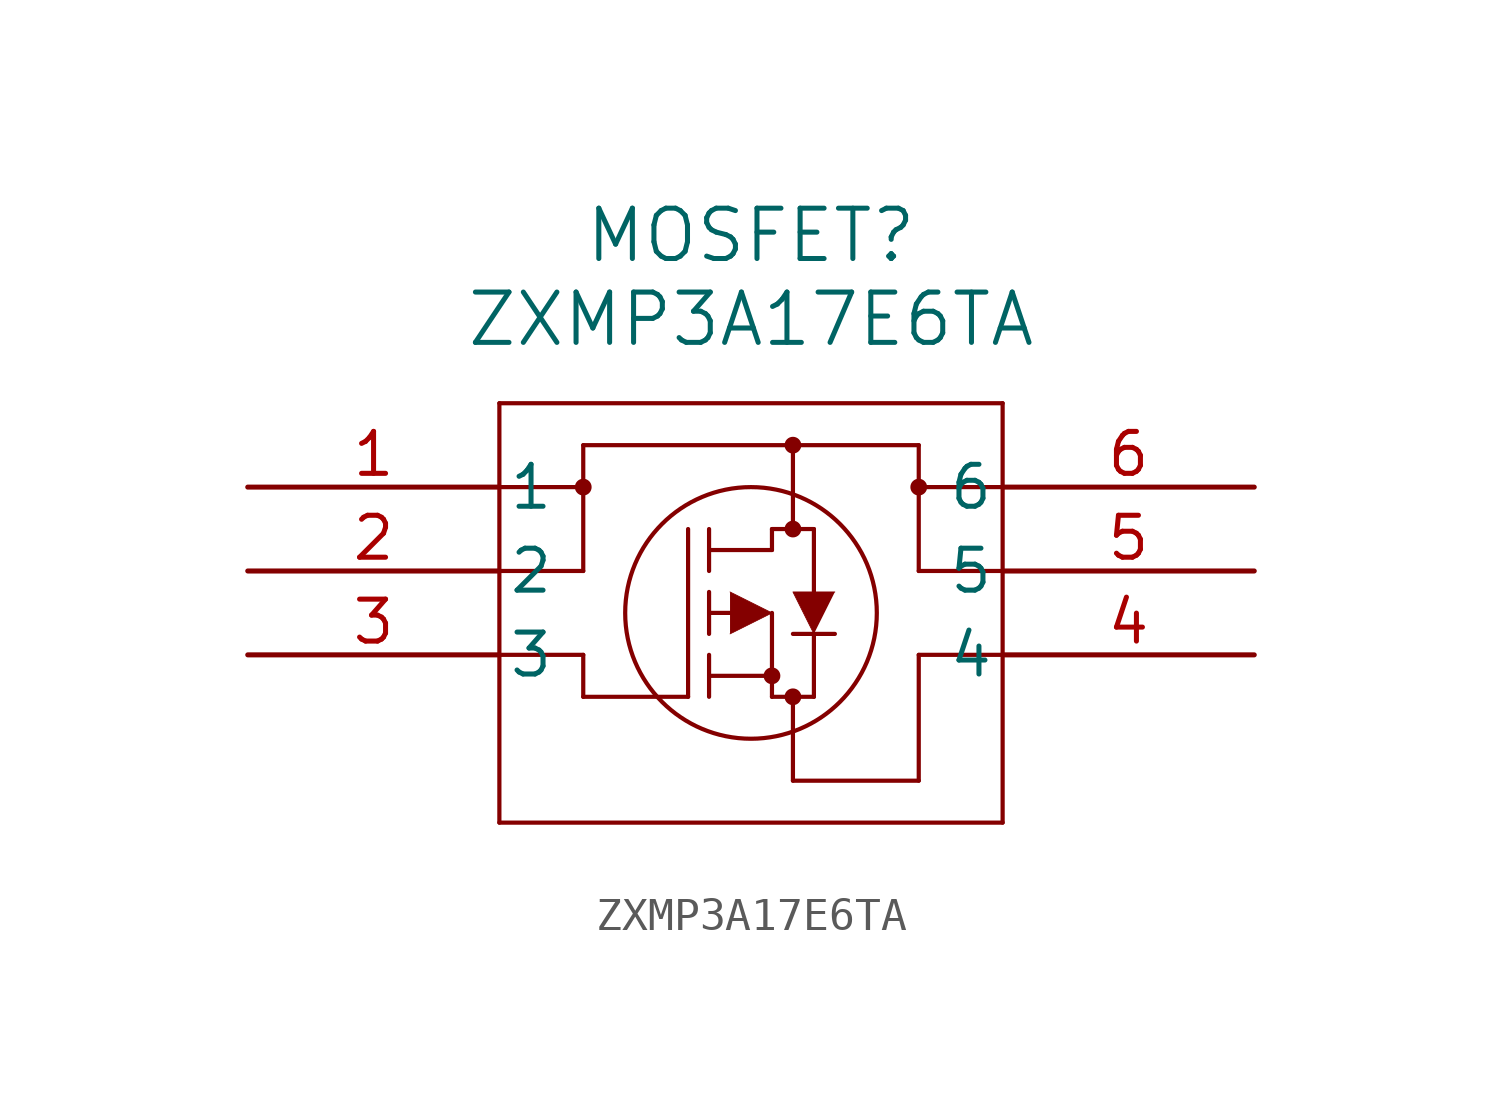
<source format=kicad_sym>
(kicad_symbol_lib
  (version 20220914)
  (generator kicad_symbol_editor)
  (symbol "ZXMP3A17E6TA"
    (pin_names
      (offset 0.254))
    (property "Reference" "MOSFET"
      (at 15.24 7.62 0)
      (effects (font (size 1.524 1.524))))
    (property "Value" "ZXMP3A17E6TA"
      (at 15.24 5.08 0)
      (effects (font (size 1.524 1.524))))
    (property "ki_locked" ""
      (at 0 0 0)
      (effects (font (size 1.27 1.27))))
    (symbol "ZXMP3A17E6TA_0_1"
      (polyline (pts (xy 7.62 -10.16) (xy 22.86 -10.16)) (stroke (width 0.127) (type default)) (fill (type none)))
      (polyline (pts (xy 7.62 -2.54) (xy 10.16 -2.54)) (stroke (width 0.127) (type default)) (fill (type none)))
      (polyline (pts (xy 7.62 0) (xy 10.16 0)) (stroke (width 0.127) (type default)) (fill (type none)))
      (polyline (pts (xy 7.62 2.54) (xy 7.62 -10.16)) (stroke (width 0.127) (type default)) (fill (type none)))
      (polyline (pts (xy 10.16 -6.35) (xy 10.16 -5.08)) (stroke (width 0.127) (type default)) (fill (type none)))
      (polyline (pts (xy 10.16 -5.08) (xy 7.62 -5.08)) (stroke (width 0.127) (type default)) (fill (type none)))
      (polyline (pts (xy 10.16 1.27) (xy 10.16 -2.54)) (stroke (width 0.127) (type default)) (fill (type none)))
      (polyline (pts (xy 13.335 -6.35) (xy 10.16 -6.35)) (stroke (width 0.127) (type default)) (fill (type none)))
      (polyline (pts (xy 13.335 -6.35) (xy 13.335 -1.27)) (stroke (width 0.127) (type default)) (fill (type none)))
      (polyline (pts (xy 13.97 -6.35) (xy 13.97 -5.08)) (stroke (width 0.127) (type default)) (fill (type none)))
      (polyline (pts (xy 13.97 -5.715) (xy 15.875 -5.715)) (stroke (width 0.127) (type default)) (fill (type none)))
      (polyline (pts (xy 13.97 -4.445) (xy 13.97 -3.175)) (stroke (width 0.127) (type default)) (fill (type none)))
      (polyline (pts (xy 13.97 -2.54) (xy 13.97 -1.27)) (stroke (width 0.127) (type default)) (fill (type none)))
      (polyline (pts (xy 13.97 -1.905) (xy 15.875 -1.905)) (stroke (width 0.127) (type default)) (fill (type none)))
      (polyline (pts (xy 15.24 -3.81) (xy 13.97 -3.81)) (stroke (width 0.127) (type default)) (fill (type none)))
      (polyline (pts (xy 15.875 -6.35) (xy 15.875 -3.81)) (stroke (width 0.127) (type default)) (fill (type none)))
      (polyline (pts (xy 15.875 -6.35) (xy 17.145 -6.35)) (stroke (width 0.127) (type default)) (fill (type none)))
      (polyline (pts (xy 15.875 -1.905) (xy 15.875 -1.27)) (stroke (width 0.127) (type default)) (fill (type none)))
      (polyline (pts (xy 15.875 -1.27) (xy 17.145 -1.27)) (stroke (width 0.127) (type default)) (fill (type none)))
      (polyline (pts (xy 16.51 -8.89) (xy 16.51 -6.35)) (stroke (width 0.127) (type default)) (fill (type none)))
      (polyline (pts (xy 16.51 1.27) (xy 16.51 -1.27)) (stroke (width 0.127) (type default)) (fill (type none)))
      (polyline (pts (xy 17.145 -6.35) (xy 17.145 -4.445)) (stroke (width 0.127) (type default)) (fill (type none)))
      (polyline (pts (xy 17.145 -3.175) (xy 17.145 -1.27)) (stroke (width 0.127) (type default)) (fill (type none)))
      (polyline (pts (xy 17.78 -4.445) (xy 16.51 -4.445)) (stroke (width 0.127) (type default)) (fill (type none)))
      (polyline (pts (xy 20.32 -8.89) (xy 16.51 -8.89)) (stroke (width 0.127) (type default)) (fill (type none)))
      (polyline (pts (xy 20.32 -5.08) (xy 20.32 -8.89)) (stroke (width 0.127) (type default)) (fill (type none)))
      (polyline (pts (xy 20.32 -2.54) (xy 20.32 1.27)) (stroke (width 0.127) (type default)) (fill (type none)))
      (polyline (pts (xy 20.32 1.27) (xy 10.16 1.27)) (stroke (width 0.127) (type default)) (fill (type none)))
      (polyline (pts (xy 22.86 -10.16) (xy 22.86 2.54)) (stroke (width 0.127) (type default)) (fill (type none)))
      (polyline (pts (xy 22.86 -5.08) (xy 20.32 -5.08)) (stroke (width 0.127) (type default)) (fill (type none)))
      (polyline (pts (xy 22.86 -2.54) (xy 20.32 -2.54)) (stroke (width 0.127) (type default)) (fill (type none)))
      (polyline (pts (xy 22.86 0) (xy 20.32 0)) (stroke (width 0.127) (type default)) (fill (type none)))
      (polyline (pts (xy 22.86 2.54) (xy 7.62 2.54)) (stroke (width 0.127) (type default)) (fill (type none)))
      (polyline (pts (xy 14.605 -4.445) (xy 15.875 -3.81) (xy 14.605 -3.175)) (stroke (width 0.025) (type default)) (fill (type outline)))
      (polyline (pts (xy 17.78 -3.175) (xy 16.51 -3.175) (xy 17.145 -4.445)) (stroke (width 0.025) (type default)) (fill (type outline)))
      (circle (center 10.16 0) (radius 0.127) (stroke (width 0.254) (type default)) (fill (type none)))
      (circle (center 15.24 -3.81) (radius 3.81) (stroke (width 0.127) (type default)) (fill (type none)))
      (circle (center 15.875 -5.715) (radius 0.127) (stroke (width 0.254) (type default)) (fill (type none)))
      (circle (center 16.51 -6.35) (radius 0.127) (stroke (width 0.254) (type default)) (fill (type none)))
      (circle (center 16.51 -1.27) (radius 0.127) (stroke (width 0.254) (type default)) (fill (type none)))
      (circle (center 16.51 1.27) (radius 0.127) (stroke (width 0.254) (type default)) (fill (type none)))
      (circle (center 20.32 0) (radius 0.127) (stroke (width 0.254) (type default)) (fill (type none)))
      (pin passive line (at 0 0 0) (length 7.62) (name "1" (effects (font (size 1.27 1.27)))) (number "1" (effects (font (size 1.27 1.27)))))
      (pin passive line (at 0 -2.54 0) (length 7.62) (name "2" (effects (font (size 1.27 1.27)))) (number "2" (effects (font (size 1.27 1.27)))))
      (pin passive line (at 0 -5.08 0) (length 7.62) (name "3" (effects (font (size 1.27 1.27)))) (number "3" (effects (font (size 1.27 1.27)))))
      (pin passive line (at 30.48 -5.08 180) (length 7.62) (name "4" (effects (font (size 1.27 1.27)))) (number "4" (effects (font (size 1.27 1.27)))))
      (pin passive line (at 30.48 -2.54 180) (length 7.62) (name "5" (effects (font (size 1.27 1.27)))) (number "5" (effects (font (size 1.27 1.27)))))
      (pin passive line (at 30.48 0 180) (length 7.62) (name "6" (effects (font (size 1.27 1.27)))) (number "6" (effects (font (size 1.27 1.27))))))))
</source>
